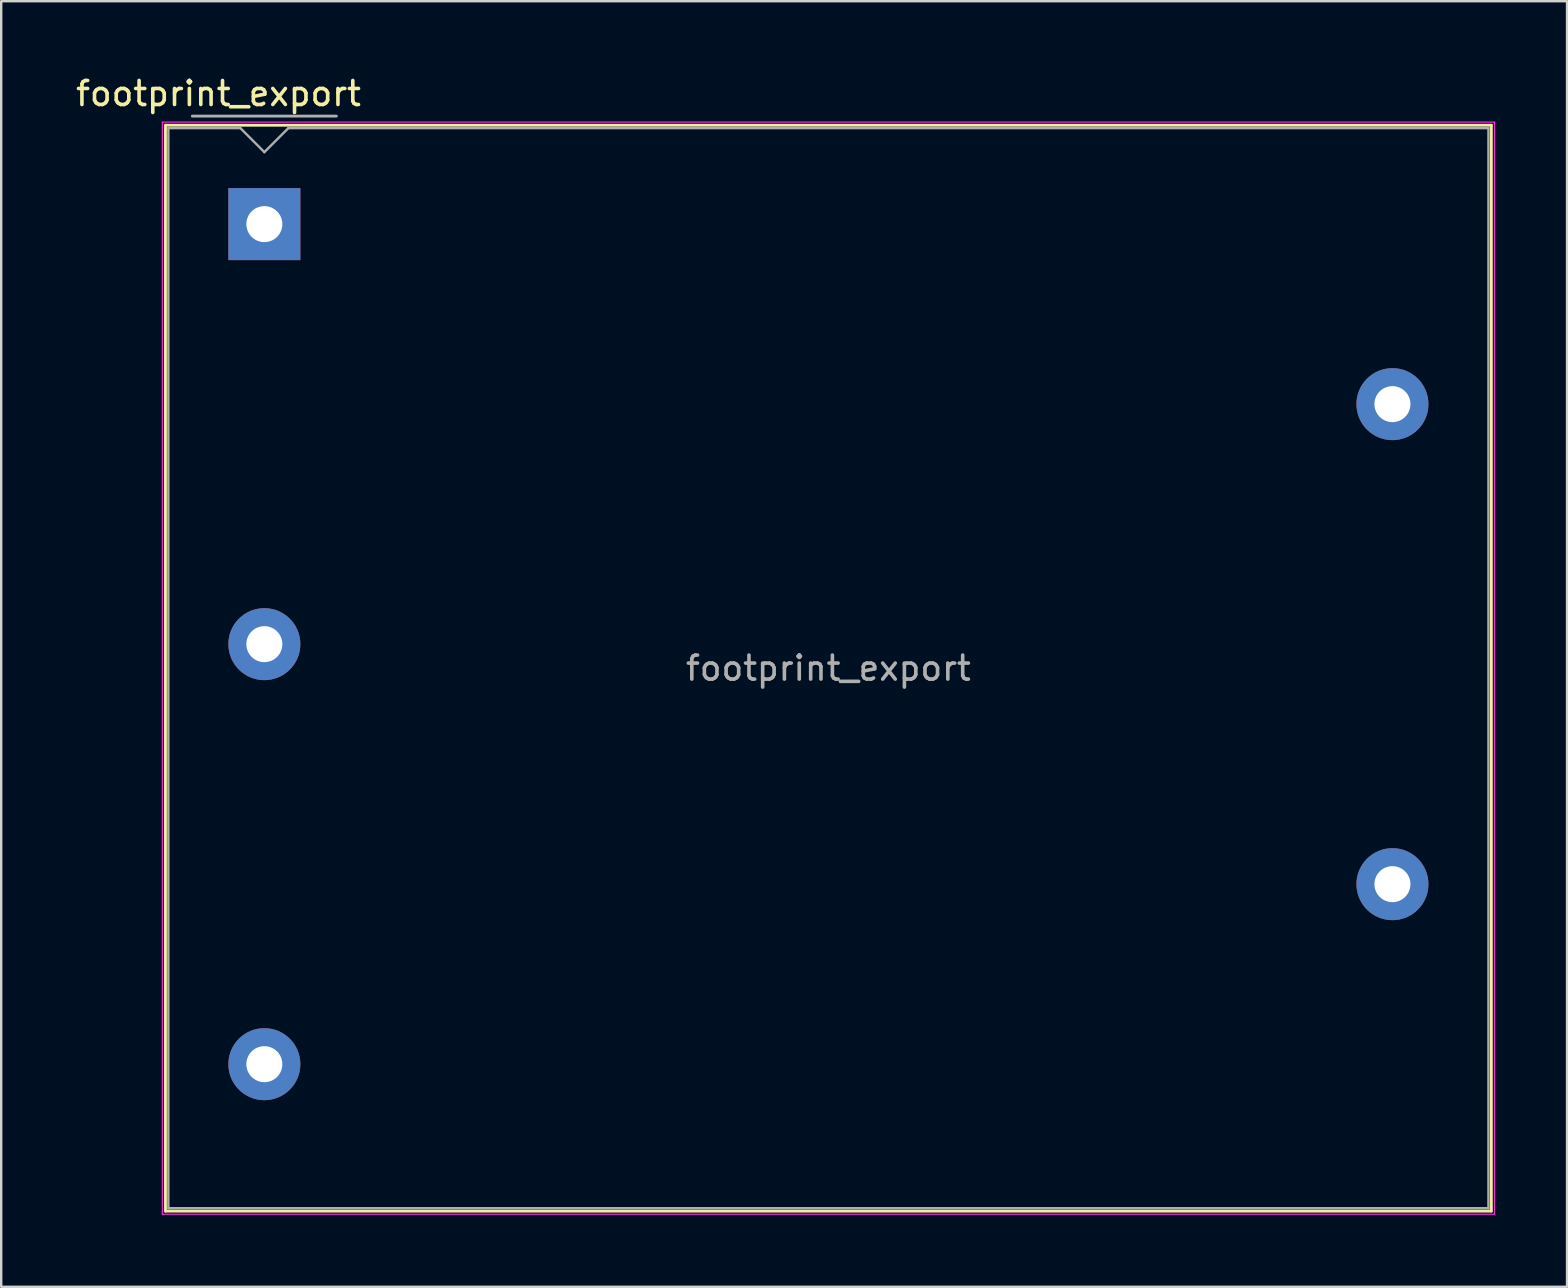
<source format=kicad_pcb>
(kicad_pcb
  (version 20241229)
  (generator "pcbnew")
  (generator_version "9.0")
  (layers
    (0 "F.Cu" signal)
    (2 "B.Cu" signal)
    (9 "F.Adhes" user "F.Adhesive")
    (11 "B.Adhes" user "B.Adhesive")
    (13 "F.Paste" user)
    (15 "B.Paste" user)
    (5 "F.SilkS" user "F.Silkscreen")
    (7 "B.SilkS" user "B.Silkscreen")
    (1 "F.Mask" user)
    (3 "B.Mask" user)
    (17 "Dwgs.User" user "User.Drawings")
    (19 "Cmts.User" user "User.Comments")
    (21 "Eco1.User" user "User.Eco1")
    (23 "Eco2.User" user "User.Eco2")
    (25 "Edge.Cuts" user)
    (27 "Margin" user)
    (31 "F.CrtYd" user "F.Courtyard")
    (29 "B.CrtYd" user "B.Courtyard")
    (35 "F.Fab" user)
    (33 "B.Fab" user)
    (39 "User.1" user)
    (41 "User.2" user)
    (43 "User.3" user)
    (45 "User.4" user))
  (footprint "footprint_export"
    (layer "F.Cu")
    (at 7.964 6.288)
    (property "Reference" "footprint_export" (at -1.91 -5.44 0) (layer "F.SilkS") (effects (font (size 1 1) (thickness 0.15))))
    (attr through_hole)
    (fp_line (start -4.12 -4.12) (end 51.12 -4.12) (stroke (width 0.12) (type solid)) (layer "F.SilkS"))
    (fp_line (start -4.12 41.12) (end -4.12 -4.12) (stroke (width 0.12) (type solid)) (layer "F.SilkS"))
    (fp_line (start 51.12 -4.12) (end 51.12 41.12) (stroke (width 0.12) (type solid)) (layer "F.SilkS"))
    (fp_line (start 51.12 41.12) (end -4.12 41.12) (stroke (width 0.12) (type solid)) (layer "F.SilkS"))
    (fp_line (start -4.25 -4.25) (end 51.25 -4.25) (stroke (width 0.05) (type solid)) (layer "F.CrtYd"))
    (fp_line (start -4.25 41.25) (end -4.25 -4.25) (stroke (width 0.05) (type solid)) (layer "F.CrtYd"))
    (fp_line (start 51.25 -4.25) (end 51.25 41.25) (stroke (width 0.05) (type solid)) (layer "F.CrtYd"))
    (fp_line (start 51.25 41.25) (end -4.25 41.25) (stroke (width 0.05) (type solid)) (layer "F.CrtYd"))
    (fp_line (start -4 -4) (end -1 -4) (stroke (width 0.1) (type solid)) (layer "F.Fab"))
    (fp_line (start -4 41) (end -4 -4) (stroke (width 0.1) (type solid)) (layer "F.Fab"))
    (fp_line (start -3 -4.5) (end 3 -4.5) (stroke (width 0.12) (type solid)) (layer "F.Fab"))
    (fp_line (start -1 -4) (end 0 -3) (stroke (width 0.1) (type solid)) (layer "F.Fab"))
    (fp_line (start 0 -3) (end 1 -4) (stroke (width 0.1) (type solid)) (layer "F.Fab"))
    (fp_line (start 1 -4) (end 51 -4) (stroke (width 0.1) (type solid)) (layer "F.Fab"))
    (fp_line (start 51 -4) (end 51 41) (stroke (width 0.1) (type solid)) (layer "F.Fab"))
    (fp_line (start 51 41) (end -4 41) (stroke (width 0.1) (type solid)) (layer "F.Fab"))
    (fp_text user "${REFERENCE}" (at 23.5 18.5 0) (layer "F.Fab") (effects (font (size 1 1) (thickness 0.15))))
    (pad "1" thru_hole rect (at 0 0) (size 3 3) (drill 1.5) (layers "*.Cu" "*.Mask"))
    (pad "2" thru_hole circle (at 0 17.5) (size 3 3) (drill 1.5) (layers "*.Cu" "*.Mask"))
    (pad "3" thru_hole circle (at 0 35) (size 3 3) (drill 1.5) (layers "*.Cu" "*.Mask"))
    (pad "4" thru_hole circle (at 47 27.5) (size 3 3) (drill 1.5) (layers "*.Cu" "*.Mask"))
    (pad "5" thru_hole circle (at 47 7.5) (size 3 3) (drill 1.5) (layers "*.Cu" "*.Mask")))
  (gr_rect
    (start -3 -3)
    (end 62.239 50.563)
    (stroke (width 0.1) (type default))
    (fill no)
    (layer "Edge.Cuts")))
</source>
